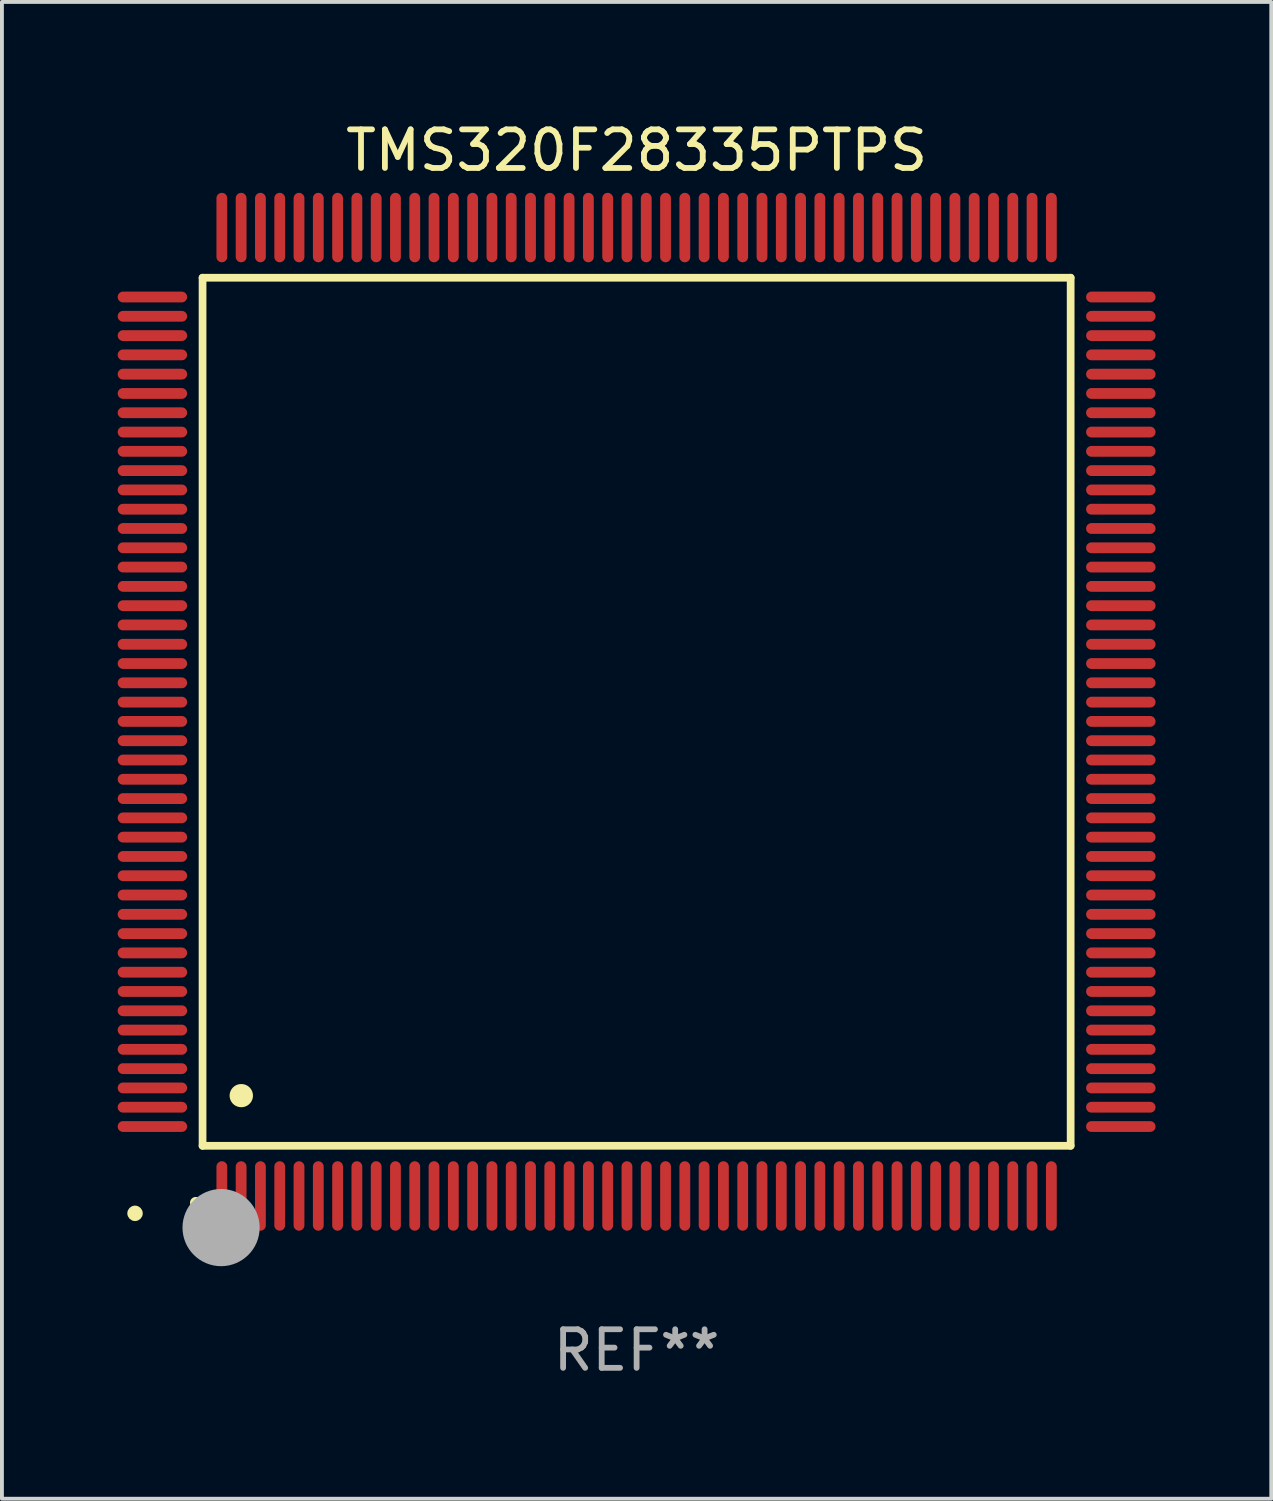
<source format=kicad_pcb>
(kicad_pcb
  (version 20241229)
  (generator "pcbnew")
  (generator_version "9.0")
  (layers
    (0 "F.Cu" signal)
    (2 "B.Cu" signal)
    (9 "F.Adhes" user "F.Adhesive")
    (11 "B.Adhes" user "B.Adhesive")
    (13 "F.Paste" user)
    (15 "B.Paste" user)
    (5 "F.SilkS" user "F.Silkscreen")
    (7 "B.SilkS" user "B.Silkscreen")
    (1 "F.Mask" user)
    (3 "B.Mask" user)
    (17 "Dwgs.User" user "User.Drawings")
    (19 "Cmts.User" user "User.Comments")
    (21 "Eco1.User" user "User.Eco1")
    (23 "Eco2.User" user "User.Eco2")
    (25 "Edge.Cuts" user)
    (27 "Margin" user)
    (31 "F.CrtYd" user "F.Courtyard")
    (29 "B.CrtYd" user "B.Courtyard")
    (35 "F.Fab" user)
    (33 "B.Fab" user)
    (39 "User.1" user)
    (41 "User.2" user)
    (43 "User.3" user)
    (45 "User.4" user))
  (footprint "TMS320F28335PTPS"
    (layer "F.Cu")
    (at 13.45 15.398)
    (property "Reference" "TMS320F28335PTPS" (at 0 -14.55 0) (layer "F.SilkS") (effects (font (size 1 1) (thickness 0.15))))
    (attr through_hole)
    (fp_line (start -11.25 -11.25) (end 11.25 -11.25) (stroke (width 0.2) (type solid)) (layer "F.SilkS"))
    (fp_line (start -11.25 11.25) (end -11.25 -11.25) (stroke (width 0.2) (type solid)) (layer "F.SilkS"))
    (fp_line (start 11.25 -11.25) (end 11.25 11.25) (stroke (width 0.2) (type solid)) (layer "F.SilkS"))
    (fp_line (start 11.25 11.25) (end -11.25 11.25) (stroke (width 0.2) (type solid)) (layer "F.SilkS"))
    (fp_arc (start -11.424943 12.725425) (mid -11.423673 12.72542) (end -11.422403 12.725425) (stroke (width 0.3) (type solid)) (layer "F.SilkS"))
    (fp_arc (start -10.24892 9.9492) (mid -10.24638 9.949189) (end -10.24384 9.9492) (stroke (width 0.6) (type solid)) (layer "F.SilkS"))
    (fp_circle (center -13 13) (end -12.9 13) (stroke (width 0.2) (type solid)) (fill no) (layer "F.SilkS"))
    (fp_circle (center -10.77 13.37) (end -10.27 13.37) (stroke (width 1) (type solid)) (fill no) (layer "F.Fab"))
    (fp_text user "REF**" (at 0 16.55 0) (layer "F.Fab") (effects (font (size 1 1) (thickness 0.15))))
    (pad "1" smd oval (at -10.75 12.55) (size 0.28 1.8) (layers "F.Cu" "F.Mask" "F.Paste"))
    (pad "2" smd oval (at -10.25 12.55) (size 0.28 1.8) (layers "F.Cu" "F.Mask" "F.Paste"))
    (pad "3" smd oval (at -9.75 12.55) (size 0.28 1.8) (layers "F.Cu" "F.Mask" "F.Paste"))
    (pad "4" smd oval (at -9.25 12.55) (size 0.28 1.8) (layers "F.Cu" "F.Mask" "F.Paste"))
    (pad "5" smd oval (at -8.75 12.55) (size 0.28 1.8) (layers "F.Cu" "F.Mask" "F.Paste"))
    (pad "6" smd oval (at -8.25 12.55) (size 0.28 1.8) (layers "F.Cu" "F.Mask" "F.Paste"))
    (pad "7" smd oval (at -7.75 12.55) (size 0.28 1.8) (layers "F.Cu" "F.Mask" "F.Paste"))
    (pad "8" smd oval (at -7.25 12.55) (size 0.28 1.8) (layers "F.Cu" "F.Mask" "F.Paste"))
    (pad "9" smd oval (at -6.75 12.55) (size 0.28 1.8) (layers "F.Cu" "F.Mask" "F.Paste"))
    (pad "10" smd oval (at -6.25 12.55) (size 0.28 1.8) (layers "F.Cu" "F.Mask" "F.Paste"))
    (pad "11" smd oval (at -5.75 12.55) (size 0.28 1.8) (layers "F.Cu" "F.Mask" "F.Paste"))
    (pad "12" smd oval (at -5.25 12.55) (size 0.28 1.8) (layers "F.Cu" "F.Mask" "F.Paste"))
    (pad "13" smd oval (at -4.75 12.55) (size 0.28 1.8) (layers "F.Cu" "F.Mask" "F.Paste"))
    (pad "14" smd oval (at -4.25 12.55) (size 0.28 1.8) (layers "F.Cu" "F.Mask" "F.Paste"))
    (pad "15" smd oval (at -3.75 12.55) (size 0.28 1.8) (layers "F.Cu" "F.Mask" "F.Paste"))
    (pad "16" smd oval (at -3.25 12.55) (size 0.28 1.8) (layers "F.Cu" "F.Mask" "F.Paste"))
    (pad "17" smd oval (at -2.75 12.55) (size 0.28 1.8) (layers "F.Cu" "F.Mask" "F.Paste"))
    (pad "18" smd oval (at -2.25 12.55) (size 0.28 1.8) (layers "F.Cu" "F.Mask" "F.Paste"))
    (pad "19" smd oval (at -1.75 12.55) (size 0.28 1.8) (layers "F.Cu" "F.Mask" "F.Paste"))
    (pad "20" smd oval (at -1.25 12.55) (size 0.28 1.8) (layers "F.Cu" "F.Mask" "F.Paste"))
    (pad "21" smd oval (at -0.75 12.55) (size 0.28 1.8) (layers "F.Cu" "F.Mask" "F.Paste"))
    (pad "22" smd oval (at -0.25 12.55) (size 0.28 1.8) (layers "F.Cu" "F.Mask" "F.Paste"))
    (pad "23" smd oval (at 0.25 12.55) (size 0.28 1.8) (layers "F.Cu" "F.Mask" "F.Paste"))
    (pad "24" smd oval (at 0.75 12.55) (size 0.28 1.8) (layers "F.Cu" "F.Mask" "F.Paste"))
    (pad "25" smd oval (at 1.25 12.55) (size 0.28 1.8) (layers "F.Cu" "F.Mask" "F.Paste"))
    (pad "26" smd oval (at 1.75 12.55) (size 0.28 1.8) (layers "F.Cu" "F.Mask" "F.Paste"))
    (pad "27" smd oval (at 2.25 12.55) (size 0.28 1.8) (layers "F.Cu" "F.Mask" "F.Paste"))
    (pad "28" smd oval (at 2.75 12.55) (size 0.28 1.8) (layers "F.Cu" "F.Mask" "F.Paste"))
    (pad "29" smd oval (at 3.25 12.55) (size 0.28 1.8) (layers "F.Cu" "F.Mask" "F.Paste"))
    (pad "30" smd oval (at 3.75 12.55) (size 0.28 1.8) (layers "F.Cu" "F.Mask" "F.Paste"))
    (pad "31" smd oval (at 4.25 12.55) (size 0.28 1.8) (layers "F.Cu" "F.Mask" "F.Paste"))
    (pad "32" smd oval (at 4.75 12.55) (size 0.28 1.8) (layers "F.Cu" "F.Mask" "F.Paste"))
    (pad "33" smd oval (at 5.25 12.55) (size 0.28 1.8) (layers "F.Cu" "F.Mask" "F.Paste"))
    (pad "34" smd oval (at 5.75 12.55) (size 0.28 1.8) (layers "F.Cu" "F.Mask" "F.Paste"))
    (pad "35" smd oval (at 6.25 12.55) (size 0.28 1.8) (layers "F.Cu" "F.Mask" "F.Paste"))
    (pad "36" smd oval (at 6.75 12.55) (size 0.28 1.8) (layers "F.Cu" "F.Mask" "F.Paste"))
    (pad "37" smd oval (at 7.25 12.55) (size 0.28 1.8) (layers "F.Cu" "F.Mask" "F.Paste"))
    (pad "38" smd oval (at 7.75 12.55) (size 0.28 1.8) (layers "F.Cu" "F.Mask" "F.Paste"))
    (pad "39" smd oval (at 8.25 12.55) (size 0.28 1.8) (layers "F.Cu" "F.Mask" "F.Paste"))
    (pad "40" smd oval (at 8.75 12.55) (size 0.28 1.8) (layers "F.Cu" "F.Mask" "F.Paste"))
    (pad "41" smd oval (at 9.25 12.55) (size 0.28 1.8) (layers "F.Cu" "F.Mask" "F.Paste"))
    (pad "42" smd oval (at 9.75 12.55) (size 0.28 1.8) (layers "F.Cu" "F.Mask" "F.Paste"))
    (pad "43" smd oval (at 10.25 12.55) (size 0.28 1.8) (layers "F.Cu" "F.Mask" "F.Paste"))
    (pad "44" smd oval (at 10.75 12.55) (size 0.28 1.8) (layers "F.Cu" "F.Mask" "F.Paste"))
    (pad "45" smd oval (at 12.55 10.75) (size 1.8 0.28) (layers "F.Cu" "F.Mask" "F.Paste"))
    (pad "46" smd oval (at 12.55 10.25) (size 1.8 0.28) (layers "F.Cu" "F.Mask" "F.Paste"))
    (pad "47" smd oval (at 12.55 9.75) (size 1.8 0.28) (layers "F.Cu" "F.Mask" "F.Paste"))
    (pad "48" smd oval (at 12.55 9.25) (size 1.8 0.28) (layers "F.Cu" "F.Mask" "F.Paste"))
    (pad "49" smd oval (at 12.55 8.75) (size 1.8 0.28) (layers "F.Cu" "F.Mask" "F.Paste"))
    (pad "50" smd oval (at 12.55 8.25) (size 1.8 0.28) (layers "F.Cu" "F.Mask" "F.Paste"))
    (pad "51" smd oval (at 12.55 7.75) (size 1.8 0.28) (layers "F.Cu" "F.Mask" "F.Paste"))
    (pad "52" smd oval (at 12.55 7.25) (size 1.8 0.28) (layers "F.Cu" "F.Mask" "F.Paste"))
    (pad "53" smd oval (at 12.55 6.75) (size 1.8 0.28) (layers "F.Cu" "F.Mask" "F.Paste"))
    (pad "54" smd oval (at 12.55 6.25) (size 1.8 0.28) (layers "F.Cu" "F.Mask" "F.Paste"))
    (pad "55" smd oval (at 12.55 5.75) (size 1.8 0.28) (layers "F.Cu" "F.Mask" "F.Paste"))
    (pad "56" smd oval (at 12.55 5.25) (size 1.8 0.28) (layers "F.Cu" "F.Mask" "F.Paste"))
    (pad "57" smd oval (at 12.55 4.75) (size 1.8 0.28) (layers "F.Cu" "F.Mask" "F.Paste"))
    (pad "58" smd oval (at 12.55 4.25) (size 1.8 0.28) (layers "F.Cu" "F.Mask" "F.Paste"))
    (pad "59" smd oval (at 12.55 3.75) (size 1.8 0.28) (layers "F.Cu" "F.Mask" "F.Paste"))
    (pad "60" smd oval (at 12.55 3.25) (size 1.8 0.28) (layers "F.Cu" "F.Mask" "F.Paste"))
    (pad "61" smd oval (at 12.55 2.75) (size 1.8 0.28) (layers "F.Cu" "F.Mask" "F.Paste"))
    (pad "62" smd oval (at 12.55 2.25) (size 1.8 0.28) (layers "F.Cu" "F.Mask" "F.Paste"))
    (pad "63" smd oval (at 12.55 1.75) (size 1.8 0.28) (layers "F.Cu" "F.Mask" "F.Paste"))
    (pad "64" smd oval (at 12.55 1.25) (size 1.8 0.28) (layers "F.Cu" "F.Mask" "F.Paste"))
    (pad "65" smd oval (at 12.55 0.75) (size 1.8 0.28) (layers "F.Cu" "F.Mask" "F.Paste"))
    (pad "66" smd oval (at 12.55 0.25) (size 1.8 0.28) (layers "F.Cu" "F.Mask" "F.Paste"))
    (pad "67" smd oval (at 12.55 -0.25) (size 1.8 0.28) (layers "F.Cu" "F.Mask" "F.Paste"))
    (pad "68" smd oval (at 12.55 -0.75) (size 1.8 0.28) (layers "F.Cu" "F.Mask" "F.Paste"))
    (pad "69" smd oval (at 12.55 -1.25) (size 1.8 0.28) (layers "F.Cu" "F.Mask" "F.Paste"))
    (pad "70" smd oval (at 12.55 -1.75) (size 1.8 0.28) (layers "F.Cu" "F.Mask" "F.Paste"))
    (pad "71" smd oval (at 12.55 -2.25) (size 1.8 0.28) (layers "F.Cu" "F.Mask" "F.Paste"))
    (pad "72" smd oval (at 12.55 -2.75) (size 1.8 0.28) (layers "F.Cu" "F.Mask" "F.Paste"))
    (pad "73" smd oval (at 12.55 -3.25) (size 1.8 0.28) (layers "F.Cu" "F.Mask" "F.Paste"))
    (pad "74" smd oval (at 12.55 -3.75) (size 1.8 0.28) (layers "F.Cu" "F.Mask" "F.Paste"))
    (pad "75" smd oval (at 12.55 -4.25) (size 1.8 0.28) (layers "F.Cu" "F.Mask" "F.Paste"))
    (pad "76" smd oval (at 12.55 -4.75) (size 1.8 0.28) (layers "F.Cu" "F.Mask" "F.Paste"))
    (pad "77" smd oval (at 12.55 -5.25) (size 1.8 0.28) (layers "F.Cu" "F.Mask" "F.Paste"))
    (pad "78" smd oval (at 12.55 -5.75) (size 1.8 0.28) (layers "F.Cu" "F.Mask" "F.Paste"))
    (pad "79" smd oval (at 12.55 -6.25) (size 1.8 0.28) (layers "F.Cu" "F.Mask" "F.Paste"))
    (pad "80" smd oval (at 12.55 -6.75) (size 1.8 0.28) (layers "F.Cu" "F.Mask" "F.Paste"))
    (pad "81" smd oval (at 12.55 -7.25) (size 1.8 0.28) (layers "F.Cu" "F.Mask" "F.Paste"))
    (pad "82" smd oval (at 12.55 -7.75) (size 1.8 0.28) (layers "F.Cu" "F.Mask" "F.Paste"))
    (pad "83" smd oval (at 12.55 -8.25) (size 1.8 0.28) (layers "F.Cu" "F.Mask" "F.Paste"))
    (pad "84" smd oval (at 12.55 -8.75) (size 1.8 0.28) (layers "F.Cu" "F.Mask" "F.Paste"))
    (pad "85" smd oval (at 12.55 -9.25) (size 1.8 0.28) (layers "F.Cu" "F.Mask" "F.Paste"))
    (pad "86" smd oval (at 12.55 -9.75) (size 1.8 0.28) (layers "F.Cu" "F.Mask" "F.Paste"))
    (pad "87" smd oval (at 12.55 -10.25) (size 1.8 0.28) (layers "F.Cu" "F.Mask" "F.Paste"))
    (pad "88" smd oval (at 12.55 -10.75) (size 1.8 0.28) (layers "F.Cu" "F.Mask" "F.Paste"))
    (pad "89" smd oval (at 10.75 -12.55) (size 0.28 1.8) (layers "F.Cu" "F.Mask" "F.Paste"))
    (pad "90" smd oval (at 10.25 -12.55) (size 0.28 1.8) (layers "F.Cu" "F.Mask" "F.Paste"))
    (pad "91" smd oval (at 9.75 -12.55) (size 0.28 1.8) (layers "F.Cu" "F.Mask" "F.Paste"))
    (pad "92" smd oval (at 9.25 -12.55) (size 0.28 1.8) (layers "F.Cu" "F.Mask" "F.Paste"))
    (pad "93" smd oval (at 8.75 -12.55) (size 0.28 1.8) (layers "F.Cu" "F.Mask" "F.Paste"))
    (pad "94" smd oval (at 8.25 -12.55) (size 0.28 1.8) (layers "F.Cu" "F.Mask" "F.Paste"))
    (pad "95" smd oval (at 7.75 -12.55) (size 0.28 1.8) (layers "F.Cu" "F.Mask" "F.Paste"))
    (pad "96" smd oval (at 7.25 -12.55) (size 0.28 1.8) (layers "F.Cu" "F.Mask" "F.Paste"))
    (pad "97" smd oval (at 6.75 -12.55) (size 0.28 1.8) (layers "F.Cu" "F.Mask" "F.Paste"))
    (pad "98" smd oval (at 6.25 -12.55) (size 0.28 1.8) (layers "F.Cu" "F.Mask" "F.Paste"))
    (pad "99" smd oval (at 5.75 -12.55) (size 0.28 1.8) (layers "F.Cu" "F.Mask" "F.Paste"))
    (pad "100" smd oval (at 5.25 -12.55) (size 0.28 1.8) (layers "F.Cu" "F.Mask" "F.Paste"))
    (pad "101" smd oval (at 4.75 -12.55) (size 0.28 1.8) (layers "F.Cu" "F.Mask" "F.Paste"))
    (pad "102" smd oval (at 4.25 -12.55) (size 0.28 1.8) (layers "F.Cu" "F.Mask" "F.Paste"))
    (pad "103" smd oval (at 3.75 -12.55) (size 0.28 1.8) (layers "F.Cu" "F.Mask" "F.Paste"))
    (pad "104" smd oval (at 3.25 -12.55) (size 0.28 1.8) (layers "F.Cu" "F.Mask" "F.Paste"))
    (pad "105" smd oval (at 2.75 -12.55) (size 0.28 1.8) (layers "F.Cu" "F.Mask" "F.Paste"))
    (pad "106" smd oval (at 2.25 -12.55) (size 0.28 1.8) (layers "F.Cu" "F.Mask" "F.Paste"))
    (pad "107" smd oval (at 1.75 -12.55) (size 0.28 1.8) (layers "F.Cu" "F.Mask" "F.Paste"))
    (pad "108" smd oval (at 1.25 -12.55) (size 0.28 1.8) (layers "F.Cu" "F.Mask" "F.Paste"))
    (pad "109" smd oval (at 0.75 -12.55) (size 0.28 1.8) (layers "F.Cu" "F.Mask" "F.Paste"))
    (pad "110" smd oval (at 0.25 -12.55) (size 0.28 1.8) (layers "F.Cu" "F.Mask" "F.Paste"))
    (pad "111" smd oval (at -0.25 -12.55) (size 0.28 1.8) (layers "F.Cu" "F.Mask" "F.Paste"))
    (pad "112" smd oval (at -0.75 -12.55) (size 0.28 1.8) (layers "F.Cu" "F.Mask" "F.Paste"))
    (pad "113" smd oval (at -1.25 -12.55) (size 0.28 1.8) (layers "F.Cu" "F.Mask" "F.Paste"))
    (pad "114" smd oval (at -1.75 -12.55) (size 0.28 1.8) (layers "F.Cu" "F.Mask" "F.Paste"))
    (pad "115" smd oval (at -2.25 -12.55) (size 0.28 1.8) (layers "F.Cu" "F.Mask" "F.Paste"))
    (pad "116" smd oval (at -2.75 -12.55) (size 0.28 1.8) (layers "F.Cu" "F.Mask" "F.Paste"))
    (pad "117" smd oval (at -3.25 -12.55) (size 0.28 1.8) (layers "F.Cu" "F.Mask" "F.Paste"))
    (pad "118" smd oval (at -3.75 -12.55) (size 0.28 1.8) (layers "F.Cu" "F.Mask" "F.Paste"))
    (pad "119" smd oval (at -4.25 -12.55) (size 0.28 1.8) (layers "F.Cu" "F.Mask" "F.Paste"))
    (pad "120" smd oval (at -4.75 -12.55) (size 0.28 1.8) (layers "F.Cu" "F.Mask" "F.Paste"))
    (pad "121" smd oval (at -5.25 -12.55) (size 0.28 1.8) (layers "F.Cu" "F.Mask" "F.Paste"))
    (pad "122" smd oval (at -5.75 -12.55) (size 0.28 1.8) (layers "F.Cu" "F.Mask" "F.Paste"))
    (pad "123" smd oval (at -6.25 -12.55) (size 0.28 1.8) (layers "F.Cu" "F.Mask" "F.Paste"))
    (pad "124" smd oval (at -6.75 -12.55) (size 0.28 1.8) (layers "F.Cu" "F.Mask" "F.Paste"))
    (pad "125" smd oval (at -7.25 -12.55) (size 0.28 1.8) (layers "F.Cu" "F.Mask" "F.Paste"))
    (pad "126" smd oval (at -7.75 -12.55) (size 0.28 1.8) (layers "F.Cu" "F.Mask" "F.Paste"))
    (pad "127" smd oval (at -8.25 -12.55) (size 0.28 1.8) (layers "F.Cu" "F.Mask" "F.Paste"))
    (pad "128" smd oval (at -8.75 -12.55) (size 0.28 1.8) (layers "F.Cu" "F.Mask" "F.Paste"))
    (pad "129" smd oval (at -9.25 -12.55) (size 0.28 1.8) (layers "F.Cu" "F.Mask" "F.Paste"))
    (pad "130" smd oval (at -9.75 -12.55) (size 0.28 1.8) (layers "F.Cu" "F.Mask" "F.Paste"))
    (pad "131" smd oval (at -10.25 -12.55) (size 0.28 1.8) (layers "F.Cu" "F.Mask" "F.Paste"))
    (pad "132" smd oval (at -10.75 -12.55) (size 0.28 1.8) (layers "F.Cu" "F.Mask" "F.Paste"))
    (pad "133" smd oval (at -12.55 -10.75) (size 1.8 0.28) (layers "F.Cu" "F.Mask" "F.Paste"))
    (pad "134" smd oval (at -12.55 -10.25) (size 1.8 0.28) (layers "F.Cu" "F.Mask" "F.Paste"))
    (pad "135" smd oval (at -12.55 -9.75) (size 1.8 0.28) (layers "F.Cu" "F.Mask" "F.Paste"))
    (pad "136" smd oval (at -12.55 -9.25) (size 1.8 0.28) (layers "F.Cu" "F.Mask" "F.Paste"))
    (pad "137" smd oval (at -12.55 -8.75) (size 1.8 0.28) (layers "F.Cu" "F.Mask" "F.Paste"))
    (pad "138" smd oval (at -12.55 -8.25) (size 1.8 0.28) (layers "F.Cu" "F.Mask" "F.Paste"))
    (pad "139" smd oval (at -12.55 -7.75) (size 1.8 0.28) (layers "F.Cu" "F.Mask" "F.Paste"))
    (pad "140" smd oval (at -12.55 -7.25) (size 1.8 0.28) (layers "F.Cu" "F.Mask" "F.Paste"))
    (pad "141" smd oval (at -12.55 -6.75) (size 1.8 0.28) (layers "F.Cu" "F.Mask" "F.Paste"))
    (pad "142" smd oval (at -12.55 -6.25) (size 1.8 0.28) (layers "F.Cu" "F.Mask" "F.Paste"))
    (pad "143" smd oval (at -12.55 -5.75) (size 1.8 0.28) (layers "F.Cu" "F.Mask" "F.Paste"))
    (pad "144" smd oval (at -12.55 -5.25) (size 1.8 0.28) (layers "F.Cu" "F.Mask" "F.Paste"))
    (pad "145" smd oval (at -12.55 -4.75) (size 1.8 0.28) (layers "F.Cu" "F.Mask" "F.Paste"))
    (pad "146" smd oval (at -12.55 -4.25) (size 1.8 0.28) (layers "F.Cu" "F.Mask" "F.Paste"))
    (pad "147" smd oval (at -12.55 -3.75) (size 1.8 0.28) (layers "F.Cu" "F.Mask" "F.Paste"))
    (pad "148" smd oval (at -12.55 -3.25) (size 1.8 0.28) (layers "F.Cu" "F.Mask" "F.Paste"))
    (pad "149" smd oval (at -12.55 -2.75) (size 1.8 0.28) (layers "F.Cu" "F.Mask" "F.Paste"))
    (pad "150" smd oval (at -12.55 -2.25) (size 1.8 0.28) (layers "F.Cu" "F.Mask" "F.Paste"))
    (pad "151" smd oval (at -12.55 -1.75) (size 1.8 0.28) (layers "F.Cu" "F.Mask" "F.Paste"))
    (pad "152" smd oval (at -12.55 -1.25) (size 1.8 0.28) (layers "F.Cu" "F.Mask" "F.Paste"))
    (pad "153" smd oval (at -12.55 -0.75) (size 1.8 0.28) (layers "F.Cu" "F.Mask" "F.Paste"))
    (pad "154" smd oval (at -12.55 -0.25) (size 1.8 0.28) (layers "F.Cu" "F.Mask" "F.Paste"))
    (pad "155" smd oval (at -12.55 0.25) (size 1.8 0.28) (layers "F.Cu" "F.Mask" "F.Paste"))
    (pad "156" smd oval (at -12.55 0.75) (size 1.8 0.28) (layers "F.Cu" "F.Mask" "F.Paste"))
    (pad "157" smd oval (at -12.55 1.25) (size 1.8 0.28) (layers "F.Cu" "F.Mask" "F.Paste"))
    (pad "158" smd oval (at -12.55 1.75) (size 1.8 0.28) (layers "F.Cu" "F.Mask" "F.Paste"))
    (pad "159" smd oval (at -12.55 2.25) (size 1.8 0.28) (layers "F.Cu" "F.Mask" "F.Paste"))
    (pad "160" smd oval (at -12.55 2.75) (size 1.8 0.28) (layers "F.Cu" "F.Mask" "F.Paste"))
    (pad "161" smd oval (at -12.55 3.25) (size 1.8 0.28) (layers "F.Cu" "F.Mask" "F.Paste"))
    (pad "162" smd oval (at -12.55 3.75) (size 1.8 0.28) (layers "F.Cu" "F.Mask" "F.Paste"))
    (pad "163" smd oval (at -12.55 4.25) (size 1.8 0.28) (layers "F.Cu" "F.Mask" "F.Paste"))
    (pad "164" smd oval (at -12.55 4.75) (size 1.8 0.28) (layers "F.Cu" "F.Mask" "F.Paste"))
    (pad "165" smd oval (at -12.55 5.25) (size 1.8 0.28) (layers "F.Cu" "F.Mask" "F.Paste"))
    (pad "166" smd oval (at -12.55 5.75) (size 1.8 0.28) (layers "F.Cu" "F.Mask" "F.Paste"))
    (pad "167" smd oval (at -12.55 6.25) (size 1.8 0.28) (layers "F.Cu" "F.Mask" "F.Paste"))
    (pad "168" smd oval (at -12.55 6.75) (size 1.8 0.28) (layers "F.Cu" "F.Mask" "F.Paste"))
    (pad "169" smd oval (at -12.55 7.25) (size 1.8 0.28) (layers "F.Cu" "F.Mask" "F.Paste"))
    (pad "170" smd oval (at -12.55 7.75) (size 1.8 0.28) (layers "F.Cu" "F.Mask" "F.Paste"))
    (pad "171" smd oval (at -12.55 8.25) (size 1.8 0.28) (layers "F.Cu" "F.Mask" "F.Paste"))
    (pad "172" smd oval (at -12.55 8.75) (size 1.8 0.28) (layers "F.Cu" "F.Mask" "F.Paste"))
    (pad "173" smd oval (at -12.55 9.25) (size 1.8 0.28) (layers "F.Cu" "F.Mask" "F.Paste"))
    (pad "174" smd oval (at -12.55 9.75) (size 1.8 0.28) (layers "F.Cu" "F.Mask" "F.Paste"))
    (pad "175" smd oval (at -12.55 10.25) (size 1.8 0.28) (layers "F.Cu" "F.Mask" "F.Paste"))
    (pad "176" smd oval (at -12.55 10.75) (size 1.8 0.28) (layers "F.Cu" "F.Mask" "F.Paste")))
  (gr_rect
    (start -3 -3)
    (end 29.9 35.796)
    (stroke (width 0.1) (type default))
    (fill no)
    (layer "Edge.Cuts")))
</source>
